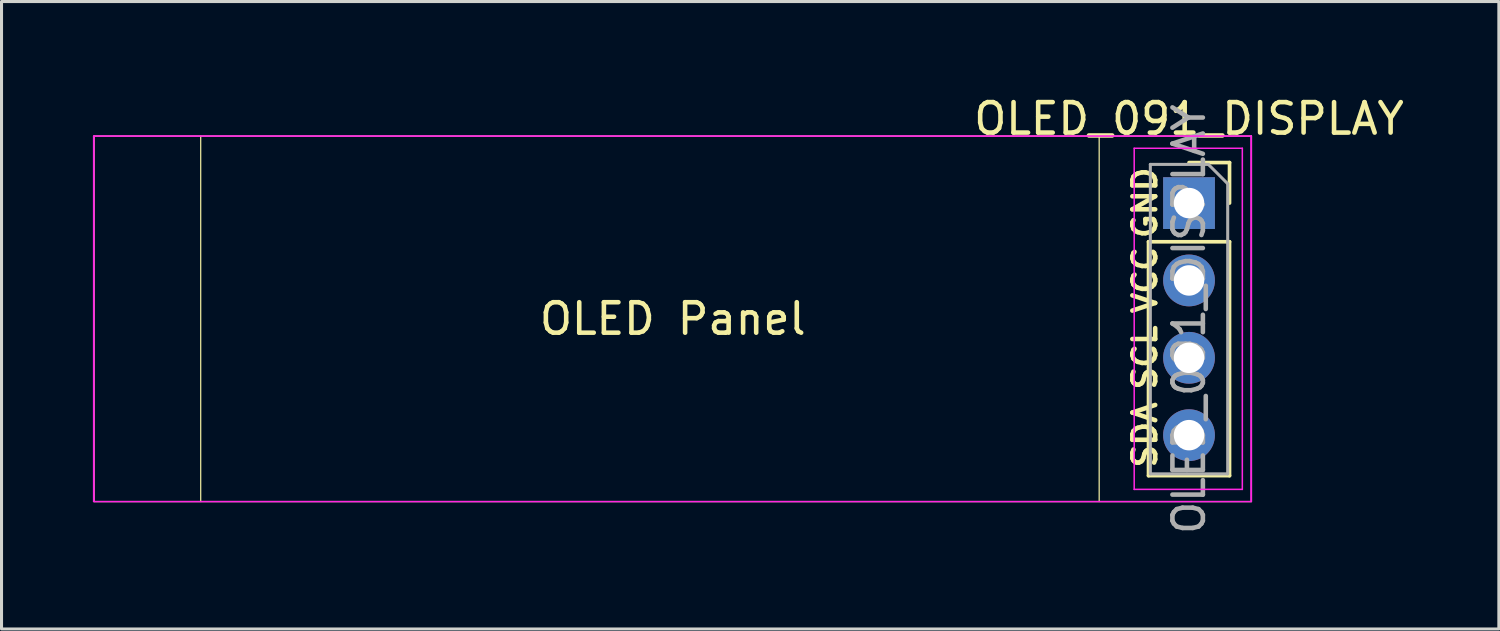
<source format=kicad_pcb>
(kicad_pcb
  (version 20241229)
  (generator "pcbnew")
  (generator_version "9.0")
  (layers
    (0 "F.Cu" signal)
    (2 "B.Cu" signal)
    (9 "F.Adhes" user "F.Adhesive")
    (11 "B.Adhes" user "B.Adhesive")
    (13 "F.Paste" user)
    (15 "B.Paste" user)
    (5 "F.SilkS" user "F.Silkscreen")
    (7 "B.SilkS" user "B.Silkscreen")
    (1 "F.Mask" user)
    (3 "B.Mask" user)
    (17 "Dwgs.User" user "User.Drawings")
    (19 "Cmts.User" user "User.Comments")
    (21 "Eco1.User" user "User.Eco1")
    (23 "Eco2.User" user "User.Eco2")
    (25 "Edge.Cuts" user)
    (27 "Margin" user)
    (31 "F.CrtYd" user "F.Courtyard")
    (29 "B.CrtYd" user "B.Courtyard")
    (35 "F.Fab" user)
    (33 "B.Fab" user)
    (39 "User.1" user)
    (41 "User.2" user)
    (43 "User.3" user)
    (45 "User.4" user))
  (footprint "OLED_091_DISPLAY"
    (layer "F.Cu")
    (at 35.99 3.618)
    (property "Reference" "OLED_091_DISPLAY" (at 0 -2.77 0) (layer "F.SilkS") (effects (font (size 1 1) (thickness 0.15))))
    (attr through_hole)
    (fp_line (start -35.95 -2.2) (end -35.95 9.8) (stroke (width 0.04) (type solid)) (layer "F.SilkS"))
    (fp_line (start -35.95 9.8) (end 2.05 9.8) (stroke (width 0.04) (type solid)) (layer "F.SilkS"))
    (fp_line (start -32.45 -2.2) (end -32.45 9.8) (stroke (width 0.04) (type solid)) (layer "F.SilkS"))
    (fp_line (start -2.95 -2.2) (end -2.95 9.8) (stroke (width 0.04) (type solid)) (layer "F.SilkS"))
    (fp_line (start -1.33 1.27) (end -1.33 8.95) (stroke (width 0.12) (type solid)) (layer "F.SilkS"))
    (fp_line (start -1.33 1.27) (end 1.33 1.27) (stroke (width 0.12) (type solid)) (layer "F.SilkS"))
    (fp_line (start -1.33 8.95) (end 1.33 8.95) (stroke (width 0.12) (type solid)) (layer "F.SilkS"))
    (fp_line (start 0 -1.33) (end 1.33 -1.33) (stroke (width 0.12) (type solid)) (layer "F.SilkS"))
    (fp_line (start 1.33 -1.33) (end 1.33 0) (stroke (width 0.12) (type solid)) (layer "F.SilkS"))
    (fp_line (start 1.33 1.27) (end 1.33 8.95) (stroke (width 0.12) (type solid)) (layer "F.SilkS"))
    (fp_line (start 2.05 -2.2) (end -35.95 -2.2) (stroke (width 0.04) (type solid)) (layer "F.SilkS"))
    (fp_line (start 2.05 9.8) (end 2.05 -2.2) (stroke (width 0.04) (type solid)) (layer "F.SilkS"))
    (fp_line (start -35.97 -2.2) (end -35.97 9.8) (stroke (width 0.04) (type solid)) (layer "F.CrtYd"))
    (fp_line (start -35.97 9.8) (end 2.03 9.8) (stroke (width 0.04) (type solid)) (layer "F.CrtYd"))
    (fp_line (start -35.95 -2.2) (end -35.95 9.8) (stroke (width 0.04) (type solid)) (layer "F.CrtYd"))
    (fp_line (start -35.95 9.8) (end 2.05 9.8) (stroke (width 0.04) (type solid)) (layer "F.CrtYd"))
    (fp_line (start -1.8 -1.8) (end 1.75 -1.8) (stroke (width 0.05) (type solid)) (layer "F.CrtYd"))
    (fp_line (start -1.8 9.4) (end -1.8 -1.8) (stroke (width 0.05) (type solid)) (layer "F.CrtYd"))
    (fp_line (start 1.75 -1.8) (end 1.75 9.4) (stroke (width 0.05) (type solid)) (layer "F.CrtYd"))
    (fp_line (start 1.75 9.4) (end -1.8 9.4) (stroke (width 0.05) (type solid)) (layer "F.CrtYd"))
    (fp_line (start 2.03 -2.2) (end -35.97 -2.2) (stroke (width 0.04) (type solid)) (layer "F.CrtYd"))
    (fp_line (start 2.03 9.8) (end 2.03 -2.2) (stroke (width 0.04) (type solid)) (layer "F.CrtYd"))
    (fp_line (start 2.05 -2.2) (end -35.95 -2.2) (stroke (width 0.04) (type solid)) (layer "F.CrtYd"))
    (fp_line (start 2.05 9.8) (end 2.05 -2.2) (stroke (width 0.04) (type solid)) (layer "F.CrtYd"))
    (fp_line (start -1.27 -1.27) (end 0.635 -1.27) (stroke (width 0.1) (type solid)) (layer "F.Fab"))
    (fp_line (start -1.27 8.89) (end -1.27 -1.27) (stroke (width 0.1) (type solid)) (layer "F.Fab"))
    (fp_line (start 0.635 -1.27) (end 1.27 -0.635) (stroke (width 0.1) (type solid)) (layer "F.Fab"))
    (fp_line (start 1.27 -0.635) (end 1.27 8.89) (stroke (width 0.1) (type solid)) (layer "F.Fab"))
    (fp_line (start 1.27 8.89) (end -1.27 8.89) (stroke (width 0.1) (type solid)) (layer "F.Fab"))
    (fp_text user "VCC" (at -1.45 2.53 270) (layer "F.SilkS") (effects (font (size 0.75 0.75) (thickness 0.15))))
    (fp_text user "SDA" (at -1.45 7.61 270) (layer "F.SilkS") (effects (font (size 0.75 0.75) (thickness 0.15))))
    (fp_text user "OLED Panel" (at -16.95 3.8 0) (layer "F.SilkS") (effects (font (size 1 1) (thickness 0.15))))
    (fp_text user "SCL" (at -1.45 5.07 270) (layer "F.SilkS") (effects (font (size 0.75 0.75) (thickness 0.15))))
    (fp_text user "GND" (at -1.45 -0.01 270) (layer "F.SilkS") (effects (font (size 0.75 0.75) (thickness 0.15))))
    (fp_text user "${REFERENCE}" (at 0 3.81 90) (layer "F.Fab") (effects (font (size 1 1) (thickness 0.15))))
    (pad "1" thru_hole rect (at 0 0) (size 1.7 1.7) (drill 1) (layers "*.Cu" "*.Mask"))
    (pad "2" thru_hole oval (at 0 2.54) (size 1.7 1.7) (drill 1) (layers "*.Cu" "*.Mask"))
    (pad "3" thru_hole oval (at 0 5.08) (size 1.7 1.7) (drill 1) (layers "*.Cu" "*.Mask"))
    (pad "4" thru_hole oval (at 0 7.62) (size 1.7 1.7) (drill 1) (layers "*.Cu" "*.Mask")))
  (gr_rect
    (start -3 -3)
    (end 46.163 17.601)
    (stroke (width 0.1) (type default))
    (fill no)
    (layer "Edge.Cuts")))
</source>
